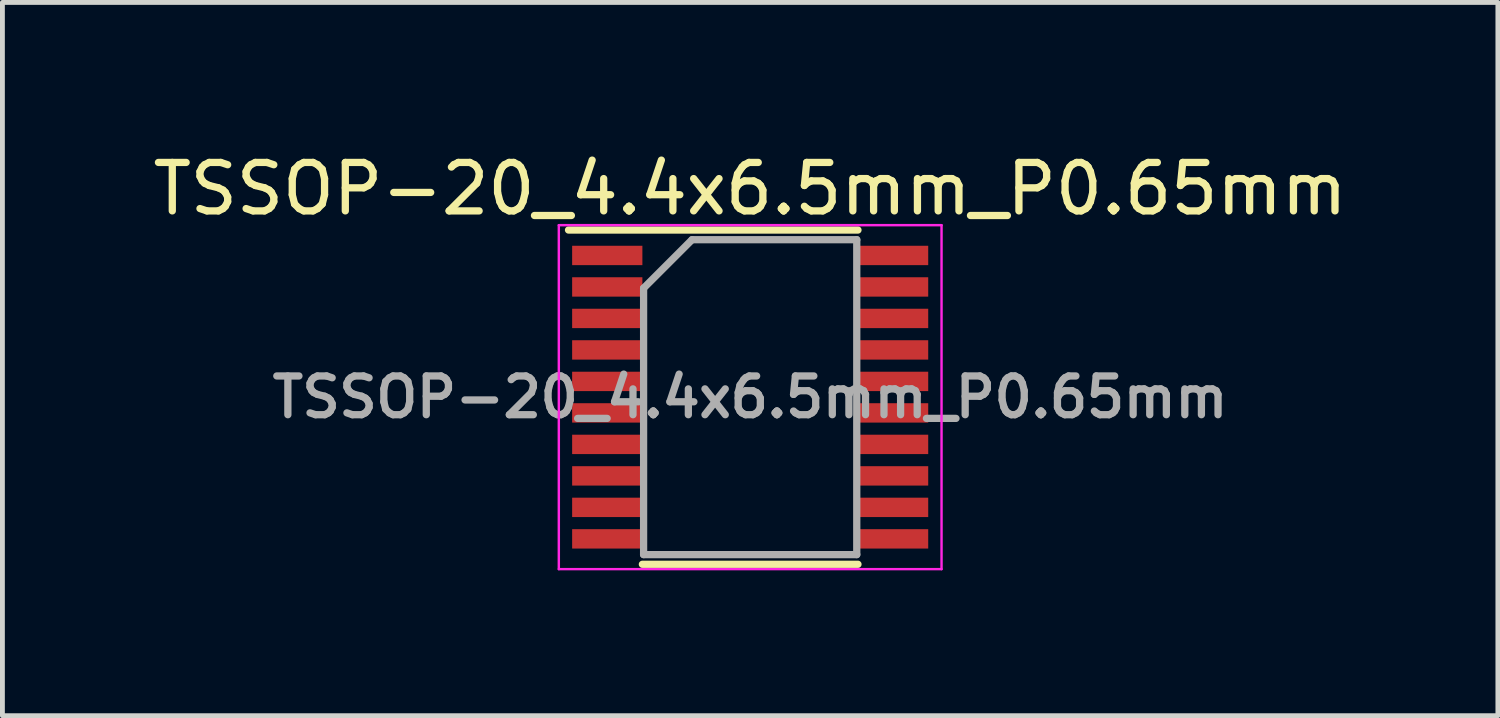
<source format=kicad_pcb>
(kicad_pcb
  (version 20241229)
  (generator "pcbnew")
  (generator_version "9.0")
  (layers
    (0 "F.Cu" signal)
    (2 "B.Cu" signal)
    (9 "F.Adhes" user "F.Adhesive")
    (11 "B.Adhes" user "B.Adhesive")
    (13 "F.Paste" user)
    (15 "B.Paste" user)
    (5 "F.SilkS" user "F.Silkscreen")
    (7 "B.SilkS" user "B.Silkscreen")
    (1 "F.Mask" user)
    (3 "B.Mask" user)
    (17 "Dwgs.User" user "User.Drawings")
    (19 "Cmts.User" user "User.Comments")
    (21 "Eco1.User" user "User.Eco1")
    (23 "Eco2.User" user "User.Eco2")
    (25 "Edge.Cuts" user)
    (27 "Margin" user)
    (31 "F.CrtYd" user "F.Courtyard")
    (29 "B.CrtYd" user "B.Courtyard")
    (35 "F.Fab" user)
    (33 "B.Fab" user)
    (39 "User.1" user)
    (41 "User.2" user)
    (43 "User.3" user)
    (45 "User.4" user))
  (footprint "TSSOP-20_4.4x6.5mm_P0.65mm"
    (layer "F.Cu")
    (at 12.435 5.148)
    (property "Reference" "TSSOP-20_4.4x6.5mm_P0.65mm" (at 0 -4.3 0) (layer "F.SilkS") (effects (font (size 1 1) (thickness 0.15))))
    (attr smd)
    (fp_line (start -3.75 -3.45) (end 2.225 -3.45) (stroke (width 0.15) (type solid)) (layer "F.SilkS"))
    (fp_line (start -2.225 3.45) (end 2.225 3.45) (stroke (width 0.15) (type solid)) (layer "F.SilkS"))
    (fp_line (start -3.95 -3.55) (end -3.95 3.55) (stroke (width 0.05) (type solid)) (layer "F.CrtYd"))
    (fp_line (start -3.95 -3.55) (end 3.95 -3.55) (stroke (width 0.05) (type solid)) (layer "F.CrtYd"))
    (fp_line (start -3.95 3.55) (end 3.95 3.55) (stroke (width 0.05) (type solid)) (layer "F.CrtYd"))
    (fp_line (start 3.95 -3.55) (end 3.95 3.55) (stroke (width 0.05) (type solid)) (layer "F.CrtYd"))
    (fp_line (start -2.2 -2.25) (end -1.2 -3.25) (stroke (width 0.15) (type solid)) (layer "F.Fab"))
    (fp_line (start -2.2 3.25) (end -2.2 -2.25) (stroke (width 0.15) (type solid)) (layer "F.Fab"))
    (fp_line (start -1.2 -3.25) (end 2.2 -3.25) (stroke (width 0.15) (type solid)) (layer "F.Fab"))
    (fp_line (start 2.2 -3.25) (end 2.2 3.25) (stroke (width 0.15) (type solid)) (layer "F.Fab"))
    (fp_line (start 2.2 3.25) (end -2.2 3.25) (stroke (width 0.15) (type solid)) (layer "F.Fab"))
    (fp_text user "${REFERENCE}" (at 0 0 0) (layer "F.Fab") (effects (font (size 0.8 0.8) (thickness 0.15))))
    (pad "1" smd rect (at -2.95 -2.925) (size 1.45 0.4) (layers "F.Cu" "F.Mask" "F.Paste"))
    (pad "2" smd rect (at -2.95 -2.275) (size 1.45 0.4) (layers "F.Cu" "F.Mask" "F.Paste"))
    (pad "3" smd rect (at -2.95 -1.625) (size 1.45 0.4) (layers "F.Cu" "F.Mask" "F.Paste"))
    (pad "4" smd rect (at -2.95 -0.975) (size 1.45 0.4) (layers "F.Cu" "F.Mask" "F.Paste"))
    (pad "5" smd rect (at -2.95 -0.325) (size 1.45 0.4) (layers "F.Cu" "F.Mask" "F.Paste"))
    (pad "6" smd rect (at -2.95 0.325) (size 1.45 0.4) (layers "F.Cu" "F.Mask" "F.Paste"))
    (pad "7" smd rect (at -2.95 0.975) (size 1.45 0.4) (layers "F.Cu" "F.Mask" "F.Paste"))
    (pad "8" smd rect (at -2.95 1.625) (size 1.45 0.4) (layers "F.Cu" "F.Mask" "F.Paste"))
    (pad "9" smd rect (at -2.95 2.275) (size 1.45 0.4) (layers "F.Cu" "F.Mask" "F.Paste"))
    (pad "10" smd rect (at -2.95 2.925) (size 1.45 0.4) (layers "F.Cu" "F.Mask" "F.Paste"))
    (pad "11" smd rect (at 2.95 2.925) (size 1.45 0.4) (layers "F.Cu" "F.Mask" "F.Paste"))
    (pad "12" smd rect (at 2.95 2.275) (size 1.45 0.4) (layers "F.Cu" "F.Mask" "F.Paste"))
    (pad "13" smd rect (at 2.95 1.625) (size 1.45 0.4) (layers "F.Cu" "F.Mask" "F.Paste"))
    (pad "14" smd rect (at 2.95 0.975) (size 1.45 0.4) (layers "F.Cu" "F.Mask" "F.Paste"))
    (pad "15" smd rect (at 2.95 0.325) (size 1.45 0.4) (layers "F.Cu" "F.Mask" "F.Paste"))
    (pad "16" smd rect (at 2.95 -0.325) (size 1.45 0.4) (layers "F.Cu" "F.Mask" "F.Paste"))
    (pad "17" smd rect (at 2.95 -0.975) (size 1.45 0.4) (layers "F.Cu" "F.Mask" "F.Paste"))
    (pad "18" smd rect (at 2.95 -1.625) (size 1.45 0.4) (layers "F.Cu" "F.Mask" "F.Paste"))
    (pad "19" smd rect (at 2.95 -2.275) (size 1.45 0.4) (layers "F.Cu" "F.Mask" "F.Paste"))
    (pad "20" smd rect (at 2.95 -2.925) (size 1.45 0.4) (layers "F.Cu" "F.Mask" "F.Paste")))
  (gr_rect
    (start -3 -3)
    (end 27.869 11.723)
    (stroke (width 0.1) (type default))
    (fill no)
    (layer "Edge.Cuts")))
</source>
